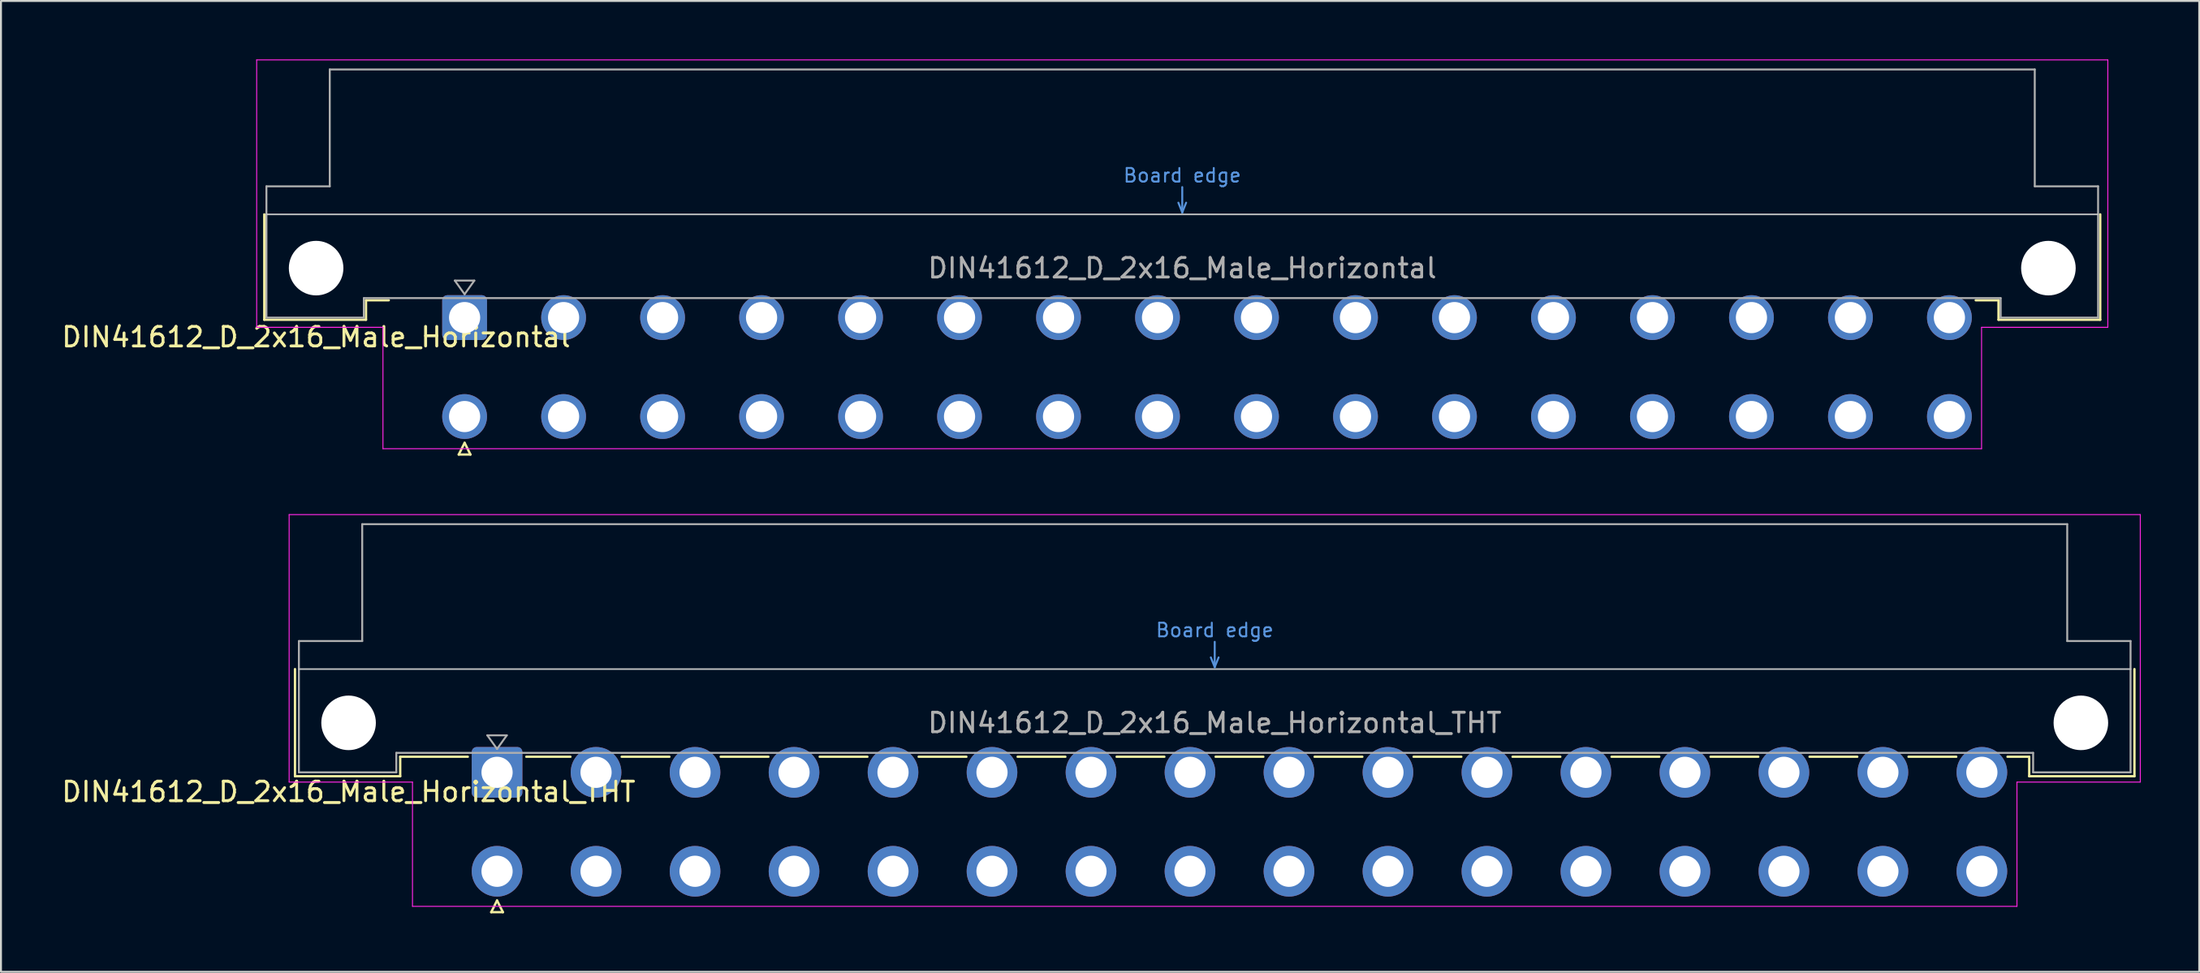
<source format=kicad_pcb>
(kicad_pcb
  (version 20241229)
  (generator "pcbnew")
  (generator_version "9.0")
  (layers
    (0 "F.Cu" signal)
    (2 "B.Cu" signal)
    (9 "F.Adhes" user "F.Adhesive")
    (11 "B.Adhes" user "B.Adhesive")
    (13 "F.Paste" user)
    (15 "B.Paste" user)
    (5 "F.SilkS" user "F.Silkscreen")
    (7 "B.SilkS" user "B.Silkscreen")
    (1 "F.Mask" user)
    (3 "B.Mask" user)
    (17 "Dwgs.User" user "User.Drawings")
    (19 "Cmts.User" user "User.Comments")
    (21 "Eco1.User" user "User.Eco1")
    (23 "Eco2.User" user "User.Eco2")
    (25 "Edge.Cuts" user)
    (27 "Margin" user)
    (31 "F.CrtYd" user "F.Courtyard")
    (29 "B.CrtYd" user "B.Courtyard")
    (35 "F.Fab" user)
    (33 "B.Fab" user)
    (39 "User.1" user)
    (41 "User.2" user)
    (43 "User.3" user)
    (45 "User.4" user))
  (footprint "DIN41612_D_2x16_Male_Horizontal_THT"
    (layer "F.Cu")
    (at 19.919 36.6)
    (property "Reference" "DIN41612_D_2x16_Male_Horizontal_THT" (at -5.08 1 0) (layer "F.SilkS") (effects (font (size 1 1) (thickness 0.15))))
    (attr through_hole)
    (fp_line (start -7.83 -5.3) (end -7.83 0.2) (stroke (width 0.12) (type solid)) (layer "F.SilkS"))
    (fp_line (start -7.83 0.2) (end -2.43 0.2) (stroke (width 0.12) (type solid)) (layer "F.SilkS"))
    (fp_line (start -2.431 -0.8) (end 1.04 -0.8) (stroke (width 0.12) (type solid)) (layer "F.SilkS"))
    (fp_line (start -2.43 0.2) (end -2.43 -0.8) (stroke (width 0.12) (type solid)) (layer "F.SilkS"))
    (fp_line (start 2.24 7.18) (end 2.84 7.18) (stroke (width 0.12) (type solid)) (layer "F.SilkS"))
    (fp_line (start 2.54 6.58) (end 2.24 7.18) (stroke (width 0.12) (type solid)) (layer "F.SilkS"))
    (fp_line (start 2.84 7.18) (end 2.54 6.58) (stroke (width 0.12) (type solid)) (layer "F.SilkS"))
    (fp_line (start 4.04 -0.8) (end 6.306 -0.8) (stroke (width 0.12) (type solid)) (layer "F.SilkS"))
    (fp_line (start 8.935 -0.8) (end 11.386 -0.8) (stroke (width 0.12) (type solid)) (layer "F.SilkS"))
    (fp_line (start 14.015 -0.8) (end 16.466 -0.8) (stroke (width 0.12) (type solid)) (layer "F.SilkS"))
    (fp_line (start 19.095 -0.8) (end 21.546 -0.8) (stroke (width 0.12) (type solid)) (layer "F.SilkS"))
    (fp_line (start 24.175 -0.8) (end 26.626 -0.8) (stroke (width 0.12) (type solid)) (layer "F.SilkS"))
    (fp_line (start 29.255 -0.8) (end 31.706 -0.8) (stroke (width 0.12) (type solid)) (layer "F.SilkS"))
    (fp_line (start 34.335 -0.8) (end 36.786 -0.8) (stroke (width 0.12) (type solid)) (layer "F.SilkS"))
    (fp_line (start 39.415 -0.8) (end 41.866 -0.8) (stroke (width 0.12) (type solid)) (layer "F.SilkS"))
    (fp_line (start 44.495 -0.8) (end 46.946 -0.8) (stroke (width 0.12) (type solid)) (layer "F.SilkS"))
    (fp_line (start 49.575 -0.8) (end 52.026 -0.8) (stroke (width 0.12) (type solid)) (layer "F.SilkS"))
    (fp_line (start 54.655 -0.8) (end 57.106 -0.8) (stroke (width 0.12) (type solid)) (layer "F.SilkS"))
    (fp_line (start 59.735 -0.8) (end 62.186 -0.8) (stroke (width 0.12) (type solid)) (layer "F.SilkS"))
    (fp_line (start 64.815 -0.8) (end 67.266 -0.8) (stroke (width 0.12) (type solid)) (layer "F.SilkS"))
    (fp_line (start 69.895 -0.8) (end 72.346 -0.8) (stroke (width 0.12) (type solid)) (layer "F.SilkS"))
    (fp_line (start 74.975 -0.8) (end 77.426 -0.8) (stroke (width 0.12) (type solid)) (layer "F.SilkS"))
    (fp_line (start 80.055 -0.8) (end 81.17 -0.8) (stroke (width 0.12) (type solid)) (layer "F.SilkS"))
    (fp_line (start 81.17 0.2) (end 81.17 -0.8) (stroke (width 0.12) (type solid)) (layer "F.SilkS"))
    (fp_line (start 86.57 -5.3) (end 86.57 0.2) (stroke (width 0.12) (type solid)) (layer "F.SilkS"))
    (fp_line (start 86.57 0.2) (end 81.17 0.2) (stroke (width 0.12) (type solid)) (layer "F.SilkS"))
    (fp_line (start -7.63 -5.3) (end 86.37 -5.3) (stroke (width 0.08) (type solid)) (layer "Dwgs.User"))
    (fp_line (start 39.17 -5.9) (end 39.37 -5.4) (stroke (width 0.1) (type solid)) (layer "Cmts.User"))
    (fp_line (start 39.37 -5.4) (end 39.37 -6.7) (stroke (width 0.1) (type solid)) (layer "Cmts.User"))
    (fp_line (start 39.37 -5.4) (end 39.57 -5.9) (stroke (width 0.1) (type solid)) (layer "Cmts.User"))
    (fp_line (start -8.13 -13.23) (end -8.13 0.5) (stroke (width 0.05) (type solid)) (layer "F.CrtYd"))
    (fp_line (start -8.13 0.5) (end -1.8 0.5) (stroke (width 0.05) (type solid)) (layer "F.CrtYd"))
    (fp_line (start -1.8 0.5) (end -1.8 6.88) (stroke (width 0.05) (type solid)) (layer "F.CrtYd"))
    (fp_line (start -1.8 6.88) (end 80.54 6.88) (stroke (width 0.05) (type solid)) (layer "F.CrtYd"))
    (fp_line (start 80.54 0.5) (end 86.87 0.5) (stroke (width 0.05) (type solid)) (layer "F.CrtYd"))
    (fp_line (start 80.54 6.88) (end 80.54 0.5) (stroke (width 0.05) (type solid)) (layer "F.CrtYd"))
    (fp_line (start 86.87 -13.23) (end -8.13 -13.23) (stroke (width 0.05) (type solid)) (layer "F.CrtYd"))
    (fp_line (start 86.87 0.5) (end 86.87 -13.23) (stroke (width 0.05) (type solid)) (layer "F.CrtYd"))
    (fp_line (start -7.63 -6.74) (end -7.63 0) (stroke (width 0.1) (type solid)) (layer "F.Fab"))
    (fp_line (start -7.63 0) (end -2.63 0) (stroke (width 0.1) (type solid)) (layer "F.Fab"))
    (fp_line (start -4.38 -12.74) (end -4.38 -6.74) (stroke (width 0.1) (type solid)) (layer "F.Fab"))
    (fp_line (start -4.38 -6.74) (end -7.63 -6.74) (stroke (width 0.1) (type solid)) (layer "F.Fab"))
    (fp_line (start -2.63 -1) (end 81.37 -1) (stroke (width 0.1) (type solid)) (layer "F.Fab"))
    (fp_line (start -2.63 0) (end -2.63 -1) (stroke (width 0.1) (type solid)) (layer "F.Fab"))
    (fp_line (start 2.04 -1.9) (end 3.04 -1.9) (stroke (width 0.1) (type solid)) (layer "F.Fab"))
    (fp_line (start 2.54 -1.2) (end 2.04 -1.9) (stroke (width 0.1) (type solid)) (layer "F.Fab"))
    (fp_line (start 3.04 -1.9) (end 2.54 -1.2) (stroke (width 0.1) (type solid)) (layer "F.Fab"))
    (fp_line (start 81.37 -1) (end 81.37 0) (stroke (width 0.1) (type solid)) (layer "F.Fab"))
    (fp_line (start 81.37 0) (end 86.37 0) (stroke (width 0.1) (type solid)) (layer "F.Fab"))
    (fp_line (start 83.12 -12.74) (end -4.38 -12.74) (stroke (width 0.1) (type solid)) (layer "F.Fab"))
    (fp_line (start 83.12 -6.74) (end 83.12 -12.74) (stroke (width 0.1) (type solid)) (layer "F.Fab"))
    (fp_line (start 86.37 -6.74) (end 83.12 -6.74) (stroke (width 0.1) (type solid)) (layer "F.Fab"))
    (fp_line (start 86.37 0) (end 86.37 -6.74) (stroke (width 0.1) (type solid)) (layer "F.Fab"))
    (fp_text user "Board edge" (at 39.37 -7.3 0) (layer "Cmts.User") (effects (font (size 0.7 0.7) (thickness 0.1))))
    (fp_text user "${REFERENCE}" (at 39.37 -2.54 0) (layer "F.Fab") (effects (font (size 1 1) (thickness 0.15))))
    (pad "" np_thru_hole circle (at -5.08 -2.54) (size 2.8 2.8) (drill 2.8) (layers "*.Cu" "*.Mask"))
    (pad "" np_thru_hole circle (at 83.82 -2.54) (size 2.8 2.8) (drill 2.8) (layers "*.Cu" "*.Mask"))
    (pad "a2" thru_hole roundrect (at 2.54 0) (size 2.6 2.6) (drill 1.6) (layers "*.Cu" "*.Mask") (roundrect_rratio 0.096))
    (pad "a4" thru_hole circle (at 7.62 0) (size 2.6 2.6) (drill 1.6) (layers "*.Cu" "*.Mask"))
    (pad "a6" thru_hole circle (at 12.7 0) (size 2.6 2.6) (drill 1.6) (layers "*.Cu" "*.Mask"))
    (pad "a8" thru_hole circle (at 17.78 0) (size 2.6 2.6) (drill 1.6) (layers "*.Cu" "*.Mask"))
    (pad "a10" thru_hole circle (at 22.86 0) (size 2.6 2.6) (drill 1.6) (layers "*.Cu" "*.Mask"))
    (pad "a12" thru_hole circle (at 27.94 0) (size 2.6 2.6) (drill 1.6) (layers "*.Cu" "*.Mask"))
    (pad "a14" thru_hole circle (at 33.02 0) (size 2.6 2.6) (drill 1.6) (layers "*.Cu" "*.Mask"))
    (pad "a16" thru_hole circle (at 38.1 0) (size 2.6 2.6) (drill 1.6) (layers "*.Cu" "*.Mask"))
    (pad "a18" thru_hole circle (at 43.18 0) (size 2.6 2.6) (drill 1.6) (layers "*.Cu" "*.Mask"))
    (pad "a20" thru_hole circle (at 48.26 0) (size 2.6 2.6) (drill 1.6) (layers "*.Cu" "*.Mask"))
    (pad "a22" thru_hole circle (at 53.34 0) (size 2.6 2.6) (drill 1.6) (layers "*.Cu" "*.Mask"))
    (pad "a24" thru_hole circle (at 58.42 0) (size 2.6 2.6) (drill 1.6) (layers "*.Cu" "*.Mask"))
    (pad "a26" thru_hole circle (at 63.5 0) (size 2.6 2.6) (drill 1.6) (layers "*.Cu" "*.Mask"))
    (pad "a28" thru_hole circle (at 68.58 0) (size 2.6 2.6) (drill 1.6) (layers "*.Cu" "*.Mask"))
    (pad "a30" thru_hole circle (at 73.66 0) (size 2.6 2.6) (drill 1.6) (layers "*.Cu" "*.Mask"))
    (pad "a32" thru_hole circle (at 78.74 0) (size 2.6 2.6) (drill 1.6) (layers "*.Cu" "*.Mask"))
    (pad "c2" thru_hole circle (at 2.54 5.08) (size 2.6 2.6) (drill 1.6) (layers "*.Cu" "*.Mask"))
    (pad "c4" thru_hole circle (at 7.62 5.08) (size 2.6 2.6) (drill 1.6) (layers "*.Cu" "*.Mask"))
    (pad "c6" thru_hole circle (at 12.7 5.08) (size 2.6 2.6) (drill 1.6) (layers "*.Cu" "*.Mask"))
    (pad "c8" thru_hole circle (at 17.78 5.08) (size 2.6 2.6) (drill 1.6) (layers "*.Cu" "*.Mask"))
    (pad "c10" thru_hole circle (at 22.86 5.08) (size 2.6 2.6) (drill 1.6) (layers "*.Cu" "*.Mask"))
    (pad "c12" thru_hole circle (at 27.94 5.08) (size 2.6 2.6) (drill 1.6) (layers "*.Cu" "*.Mask"))
    (pad "c14" thru_hole circle (at 33.02 5.08) (size 2.6 2.6) (drill 1.6) (layers "*.Cu" "*.Mask"))
    (pad "c16" thru_hole circle (at 38.1 5.08) (size 2.6 2.6) (drill 1.6) (layers "*.Cu" "*.Mask"))
    (pad "c18" thru_hole circle (at 43.18 5.08) (size 2.6 2.6) (drill 1.6) (layers "*.Cu" "*.Mask"))
    (pad "c20" thru_hole circle (at 48.26 5.08) (size 2.6 2.6) (drill 1.6) (layers "*.Cu" "*.Mask"))
    (pad "c22" thru_hole circle (at 53.34 5.08) (size 2.6 2.6) (drill 1.6) (layers "*.Cu" "*.Mask"))
    (pad "c24" thru_hole circle (at 58.42 5.08) (size 2.6 2.6) (drill 1.6) (layers "*.Cu" "*.Mask"))
    (pad "c26" thru_hole circle (at 63.5 5.08) (size 2.6 2.6) (drill 1.6) (layers "*.Cu" "*.Mask"))
    (pad "c28" thru_hole circle (at 68.58 5.08) (size 2.6 2.6) (drill 1.6) (layers "*.Cu" "*.Mask"))
    (pad "c30" thru_hole circle (at 73.66 5.08) (size 2.6 2.6) (drill 1.6) (layers "*.Cu" "*.Mask"))
    (pad "c32" thru_hole circle (at 78.74 5.08) (size 2.6 2.6) (drill 1.6) (layers "*.Cu" "*.Mask")))
  (footprint "DIN41612_D_2x16_Male_Horizontal"
    (layer "F.Cu")
    (at 18.253 13.255)
    (property "Reference" "DIN41612_D_2x16_Male_Horizontal" (at -5.08 1 0) (layer "F.SilkS") (effects (font (size 1 1) (thickness 0.15))))
    (attr through_hole)
    (fp_line (start -7.74 -5.3) (end -7.74 0.11) (stroke (width 0.12) (type solid)) (layer "F.SilkS"))
    (fp_line (start -7.74 0.11) (end -2.52 0.11) (stroke (width 0.12) (type solid)) (layer "F.SilkS"))
    (fp_line (start -2.52 -0.89) (end -1.35 -0.89) (stroke (width 0.12) (type solid)) (layer "F.SilkS"))
    (fp_line (start -2.52 0.11) (end -2.52 -0.89) (stroke (width 0.12) (type solid)) (layer "F.SilkS"))
    (fp_line (start 2.24 7.03) (end 2.84 7.03) (stroke (width 0.12) (type solid)) (layer "F.SilkS"))
    (fp_line (start 2.54 6.43) (end 2.24 7.03) (stroke (width 0.12) (type solid)) (layer "F.SilkS"))
    (fp_line (start 2.84 7.03) (end 2.54 6.43) (stroke (width 0.12) (type solid)) (layer "F.SilkS"))
    (fp_line (start 81.26 -0.89) (end 80.09 -0.89) (stroke (width 0.12) (type solid)) (layer "F.SilkS"))
    (fp_line (start 81.26 0.11) (end 81.26 -0.89) (stroke (width 0.12) (type solid)) (layer "F.SilkS"))
    (fp_line (start 86.48 -5.3) (end 86.48 0.11) (stroke (width 0.12) (type solid)) (layer "F.SilkS"))
    (fp_line (start 86.48 0.11) (end 81.26 0.11) (stroke (width 0.12) (type solid)) (layer "F.SilkS"))
    (fp_line (start -7.63 -5.3) (end 86.37 -5.3) (stroke (width 0.08) (type solid)) (layer "Dwgs.User"))
    (fp_line (start 39.17 -5.9) (end 39.37 -5.4) (stroke (width 0.1) (type solid)) (layer "Cmts.User"))
    (fp_line (start 39.37 -5.4) (end 39.37 -6.7) (stroke (width 0.1) (type solid)) (layer "Cmts.User"))
    (fp_line (start 39.37 -5.4) (end 39.57 -5.9) (stroke (width 0.1) (type solid)) (layer "Cmts.User"))
    (fp_line (start -8.13 -13.23) (end -8.13 0.5) (stroke (width 0.05) (type solid)) (layer "F.CrtYd"))
    (fp_line (start -8.13 0.5) (end -1.65 0.5) (stroke (width 0.05) (type solid)) (layer "F.CrtYd"))
    (fp_line (start -1.65 0.5) (end -1.65 6.73) (stroke (width 0.05) (type solid)) (layer "F.CrtYd"))
    (fp_line (start -1.65 6.73) (end 80.39 6.73) (stroke (width 0.05) (type solid)) (layer "F.CrtYd"))
    (fp_line (start 80.39 0.5) (end 86.87 0.5) (stroke (width 0.05) (type solid)) (layer "F.CrtYd"))
    (fp_line (start 80.39 6.73) (end 80.39 0.5) (stroke (width 0.05) (type solid)) (layer "F.CrtYd"))
    (fp_line (start 86.87 -13.23) (end -8.13 -13.23) (stroke (width 0.05) (type solid)) (layer "F.CrtYd"))
    (fp_line (start 86.87 0.5) (end 86.87 -13.23) (stroke (width 0.05) (type solid)) (layer "F.CrtYd"))
    (fp_line (start -7.63 -6.74) (end -7.63 0) (stroke (width 0.1) (type solid)) (layer "F.Fab"))
    (fp_line (start -7.63 0) (end -2.63 0) (stroke (width 0.1) (type solid)) (layer "F.Fab"))
    (fp_line (start -4.38 -12.74) (end -4.38 -6.74) (stroke (width 0.1) (type solid)) (layer "F.Fab"))
    (fp_line (start -4.38 -6.74) (end -7.63 -6.74) (stroke (width 0.1) (type solid)) (layer "F.Fab"))
    (fp_line (start -2.63 -1) (end 81.37 -1) (stroke (width 0.1) (type solid)) (layer "F.Fab"))
    (fp_line (start -2.63 0) (end -2.63 -1) (stroke (width 0.1) (type solid)) (layer "F.Fab"))
    (fp_line (start 2.04 -1.9) (end 3.04 -1.9) (stroke (width 0.1) (type solid)) (layer "F.Fab"))
    (fp_line (start 2.54 -1.2) (end 2.04 -1.9) (stroke (width 0.1) (type solid)) (layer "F.Fab"))
    (fp_line (start 3.04 -1.9) (end 2.54 -1.2) (stroke (width 0.1) (type solid)) (layer "F.Fab"))
    (fp_line (start 81.37 -1) (end 81.37 0) (stroke (width 0.1) (type solid)) (layer "F.Fab"))
    (fp_line (start 81.37 0) (end 86.37 0) (stroke (width 0.1) (type solid)) (layer "F.Fab"))
    (fp_line (start 83.12 -12.74) (end -4.38 -12.74) (stroke (width 0.1) (type solid)) (layer "F.Fab"))
    (fp_line (start 83.12 -6.74) (end 83.12 -12.74) (stroke (width 0.1) (type solid)) (layer "F.Fab"))
    (fp_line (start 86.37 -6.74) (end 83.12 -6.74) (stroke (width 0.1) (type solid)) (layer "F.Fab"))
    (fp_line (start 86.37 0) (end 86.37 -6.74) (stroke (width 0.1) (type solid)) (layer "F.Fab"))
    (fp_text user "Board edge" (at 39.37 -7.3 0) (layer "Cmts.User") (effects (font (size 0.7 0.7) (thickness 0.1))))
    (fp_text user "${REFERENCE}" (at 39.37 -2.54 0) (layer "F.Fab") (effects (font (size 1 1) (thickness 0.15))))
    (pad "" np_thru_hole circle (at -5.08 -2.54) (size 2.8 2.8) (drill 2.8) (layers "*.Cu" "*.Mask"))
    (pad "" np_thru_hole circle (at 83.82 -2.54) (size 2.8 2.8) (drill 2.8) (layers "*.Cu" "*.Mask"))
    (pad "a2" thru_hole roundrect (at 2.54 0) (size 2.3 2.3) (drill 1.6) (layers "*.Cu" "*.Mask") (roundrect_rratio 0.109))
    (pad "a4" thru_hole circle (at 7.62 0) (size 2.3 2.3) (drill 1.6) (layers "*.Cu" "*.Mask"))
    (pad "a6" thru_hole circle (at 12.7 0) (size 2.3 2.3) (drill 1.6) (layers "*.Cu" "*.Mask"))
    (pad "a8" thru_hole circle (at 17.78 0) (size 2.3 2.3) (drill 1.6) (layers "*.Cu" "*.Mask"))
    (pad "a10" thru_hole circle (at 22.86 0) (size 2.3 2.3) (drill 1.6) (layers "*.Cu" "*.Mask"))
    (pad "a12" thru_hole circle (at 27.94 0) (size 2.3 2.3) (drill 1.6) (layers "*.Cu" "*.Mask"))
    (pad "a14" thru_hole circle (at 33.02 0) (size 2.3 2.3) (drill 1.6) (layers "*.Cu" "*.Mask"))
    (pad "a16" thru_hole circle (at 38.1 0) (size 2.3 2.3) (drill 1.6) (layers "*.Cu" "*.Mask"))
    (pad "a18" thru_hole circle (at 43.18 0) (size 2.3 2.3) (drill 1.6) (layers "*.Cu" "*.Mask"))
    (pad "a20" thru_hole circle (at 48.26 0) (size 2.3 2.3) (drill 1.6) (layers "*.Cu" "*.Mask"))
    (pad "a22" thru_hole circle (at 53.34 0) (size 2.3 2.3) (drill 1.6) (layers "*.Cu" "*.Mask"))
    (pad "a24" thru_hole circle (at 58.42 0) (size 2.3 2.3) (drill 1.6) (layers "*.Cu" "*.Mask"))
    (pad "a26" thru_hole circle (at 63.5 0) (size 2.3 2.3) (drill 1.6) (layers "*.Cu" "*.Mask"))
    (pad "a28" thru_hole circle (at 68.58 0) (size 2.3 2.3) (drill 1.6) (layers "*.Cu" "*.Mask"))
    (pad "a30" thru_hole circle (at 73.66 0) (size 2.3 2.3) (drill 1.6) (layers "*.Cu" "*.Mask"))
    (pad "a32" thru_hole circle (at 78.74 0) (size 2.3 2.3) (drill 1.6) (layers "*.Cu" "*.Mask"))
    (pad "c2" thru_hole circle (at 2.54 5.08) (size 2.3 2.3) (drill 1.6) (layers "*.Cu" "*.Mask"))
    (pad "c4" thru_hole circle (at 7.62 5.08) (size 2.3 2.3) (drill 1.6) (layers "*.Cu" "*.Mask"))
    (pad "c6" thru_hole circle (at 12.7 5.08) (size 2.3 2.3) (drill 1.6) (layers "*.Cu" "*.Mask"))
    (pad "c8" thru_hole circle (at 17.78 5.08) (size 2.3 2.3) (drill 1.6) (layers "*.Cu" "*.Mask"))
    (pad "c10" thru_hole circle (at 22.86 5.08) (size 2.3 2.3) (drill 1.6) (layers "*.Cu" "*.Mask"))
    (pad "c12" thru_hole circle (at 27.94 5.08) (size 2.3 2.3) (drill 1.6) (layers "*.Cu" "*.Mask"))
    (pad "c14" thru_hole circle (at 33.02 5.08) (size 2.3 2.3) (drill 1.6) (layers "*.Cu" "*.Mask"))
    (pad "c16" thru_hole circle (at 38.1 5.08) (size 2.3 2.3) (drill 1.6) (layers "*.Cu" "*.Mask"))
    (pad "c18" thru_hole circle (at 43.18 5.08) (size 2.3 2.3) (drill 1.6) (layers "*.Cu" "*.Mask"))
    (pad "c20" thru_hole circle (at 48.26 5.08) (size 2.3 2.3) (drill 1.6) (layers "*.Cu" "*.Mask"))
    (pad "c22" thru_hole circle (at 53.34 5.08) (size 2.3 2.3) (drill 1.6) (layers "*.Cu" "*.Mask"))
    (pad "c24" thru_hole circle (at 58.42 5.08) (size 2.3 2.3) (drill 1.6) (layers "*.Cu" "*.Mask"))
    (pad "c26" thru_hole circle (at 63.5 5.08) (size 2.3 2.3) (drill 1.6) (layers "*.Cu" "*.Mask"))
    (pad "c28" thru_hole circle (at 68.58 5.08) (size 2.3 2.3) (drill 1.6) (layers "*.Cu" "*.Mask"))
    (pad "c30" thru_hole circle (at 73.66 5.08) (size 2.3 2.3) (drill 1.6) (layers "*.Cu" "*.Mask"))
    (pad "c32" thru_hole circle (at 78.74 5.08) (size 2.3 2.3) (drill 1.6) (layers "*.Cu" "*.Mask")))
  (gr_rect
    (start -3 -3)
    (end 109.814 46.84)
    (stroke (width 0.1) (type default))
    (fill no)
    (layer "Edge.Cuts")))
</source>
